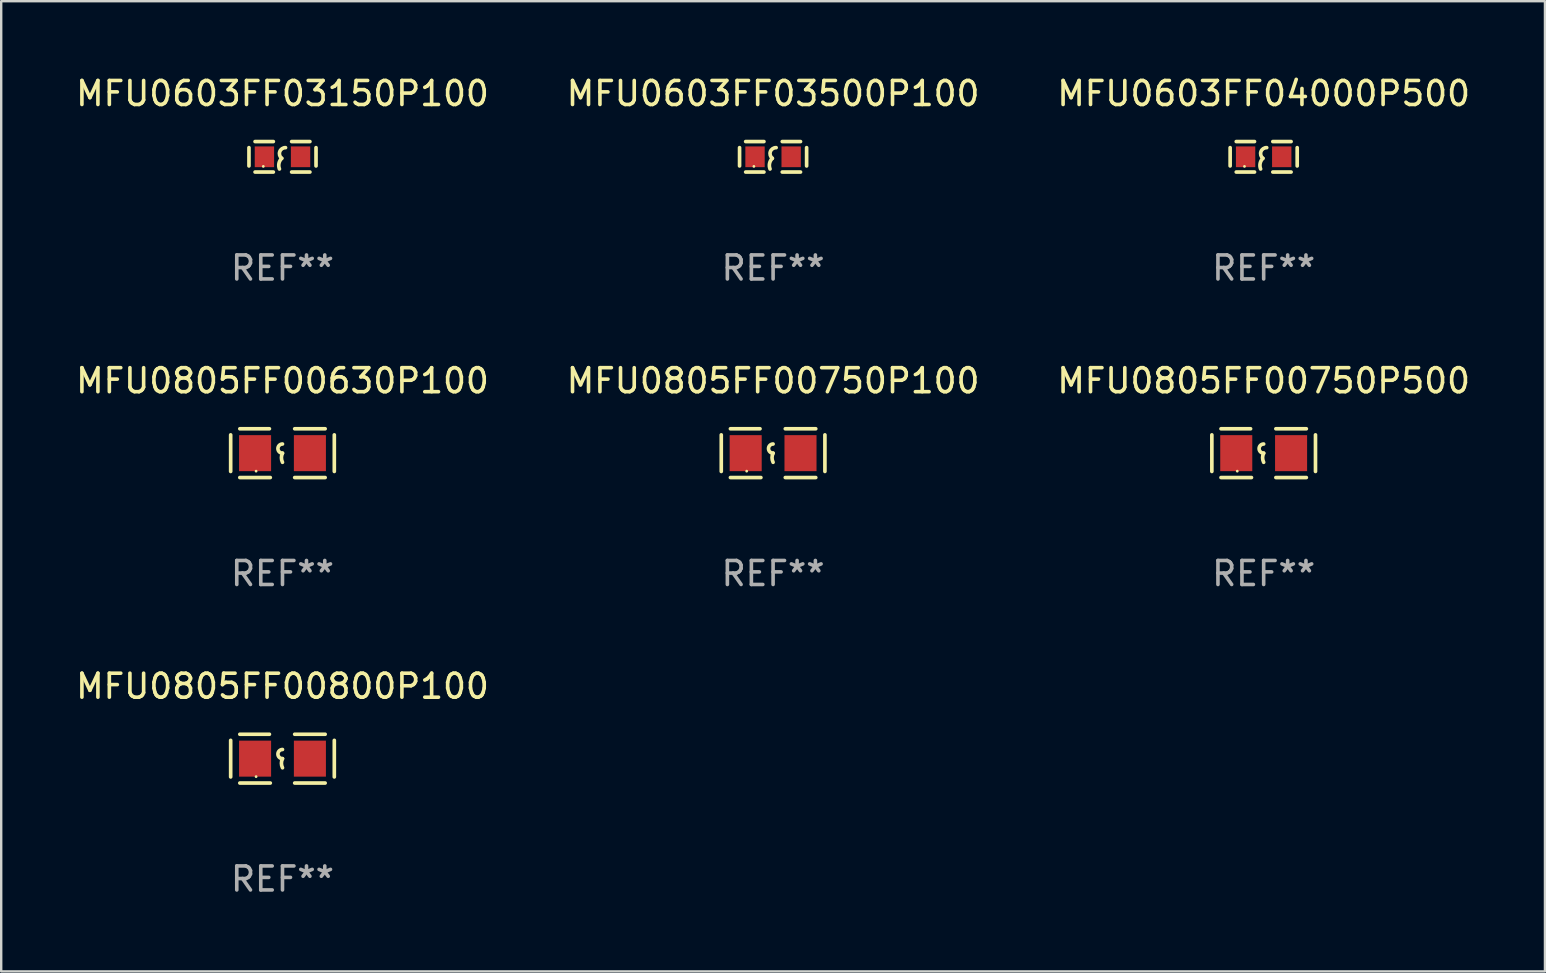
<source format=kicad_pcb>
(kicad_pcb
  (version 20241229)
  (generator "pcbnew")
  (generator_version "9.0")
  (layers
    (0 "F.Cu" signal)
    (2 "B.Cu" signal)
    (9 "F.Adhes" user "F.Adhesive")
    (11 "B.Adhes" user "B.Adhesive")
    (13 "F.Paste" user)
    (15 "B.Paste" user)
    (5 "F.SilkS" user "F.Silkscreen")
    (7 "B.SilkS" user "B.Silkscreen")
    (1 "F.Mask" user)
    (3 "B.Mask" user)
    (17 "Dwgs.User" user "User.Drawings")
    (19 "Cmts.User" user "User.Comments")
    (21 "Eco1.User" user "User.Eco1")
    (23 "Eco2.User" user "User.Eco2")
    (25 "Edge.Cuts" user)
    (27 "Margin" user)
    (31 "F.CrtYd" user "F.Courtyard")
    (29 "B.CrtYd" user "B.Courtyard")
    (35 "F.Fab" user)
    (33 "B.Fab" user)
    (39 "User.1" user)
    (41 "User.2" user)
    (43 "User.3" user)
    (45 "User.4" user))
  (footprint "MFU0603FF04000P500"
    (layer "F.Cu")
    (at 49.601 3.483)
    (property "Reference" "MFU0603FF04000P500" (at 0 -2.635 0) (layer "F.SilkS") (effects (font (size 1 1) (thickness 0.15))))
    (attr through_hole)
    (fp_line (start -1.397 -0.381) (end -1.397 0.381) (stroke (width 0.152) (type solid)) (layer "F.SilkS"))
    (fp_line (start -0.381 -0.635) (end -1.143 -0.635) (stroke (width 0.152) (type solid)) (layer "F.SilkS"))
    (fp_line (start -0.381 0.635) (end -1.143 0.635) (stroke (width 0.152) (type solid)) (layer "F.SilkS"))
    (fp_line (start 0.381 -0.635) (end 1.143 -0.635) (stroke (width 0.152) (type solid)) (layer "F.SilkS"))
    (fp_line (start 0.381 0.635) (end 1.143 0.635) (stroke (width 0.152) (type solid)) (layer "F.SilkS"))
    (fp_line (start 1.397 -0.381) (end 1.397 0.381) (stroke (width 0.152) (type solid)) (layer "F.SilkS"))
    (fp_arc (start -0.127 0.508001) (mid -0.146523 0.271131) (end -0.030861 0.0635) (stroke (width 0.151994) (type solid)) (layer "F.SilkS"))
    (fp_arc (start -0.03175 0.0635) (mid -0.113571 -0.216321) (end 0.127001 -0.381002) (stroke (width 0.151994) (type solid)) (layer "F.SilkS"))
    (fp_circle (center -0.8 0.4) (end -0.77 0.4) (stroke (width 0.06) (type solid)) (fill no) (layer "F.SilkS"))
    (fp_text user "REF**" (at 0 4.635 0) (layer "F.Fab") (effects (font (size 1 1) (thickness 0.15))))
    (pad "1" smd rect (at -0.753 0) (size 0.806 0.864) (layers "F.Cu" "F.Mask" "F.Paste"))
    (pad "2" smd rect (at 0.753 0) (size 0.806 0.864) (layers "F.Cu" "F.Mask" "F.Paste")))
  (footprint "MFU0805FF00750P100"
    (layer "F.Cu")
    (at 29.161 15.831)
    (property "Reference" "MFU0805FF00750P100" (at 0 -3.016 0) (layer "F.SilkS") (effects (font (size 1 1) (thickness 0.15))))
    (attr through_hole)
    (fp_line (start -2.159 -0.762) (end -2.159 0.762) (stroke (width 0.152) (type solid)) (layer "F.SilkS"))
    (fp_line (start -1.778 -1.016) (end -0.545 -1.016) (stroke (width 0.152) (type solid)) (layer "F.SilkS"))
    (fp_line (start -0.508 1.016) (end -1.778 1.016) (stroke (width 0.152) (type solid)) (layer "F.SilkS"))
    (fp_line (start 0.508 1.016) (end 1.778 1.016) (stroke (width 0.152) (type solid)) (layer "F.SilkS"))
    (fp_line (start 1.778 -1.016) (end 0.508 -1.016) (stroke (width 0.152) (type solid)) (layer "F.SilkS"))
    (fp_line (start 2.159 -0.762) (end 2.159 0.762) (stroke (width 0.152) (type solid)) (layer "F.SilkS"))
    (fp_arc (start 0 0) (mid -0.1905 -0.1905) (end 0 -0.381) (stroke (width 0.151994) (type solid)) (layer "F.SilkS"))
    (fp_arc (start 0 0.381001) (mid -0.044971 0.1905) (end 0 0) (stroke (width 0.151994) (type solid)) (layer "F.SilkS"))
    (fp_circle (center -1.1 0.75) (end -1.07 0.75) (stroke (width 0.06) (type solid)) (fill no) (layer "F.SilkS"))
    (fp_text user "REF**" (at 0 5.016 0) (layer "F.Fab") (effects (font (size 1 1) (thickness 0.15))))
    (pad "1" smd rect (at -1.142 0) (size 1.335 1.5) (layers "F.Cu" "F.Mask" "F.Paste"))
    (pad "2" smd rect (at 1.142 0) (size 1.335 1.5) (layers "F.Cu" "F.Mask" "F.Paste")))
  (footprint "MFU0805FF00630P100"
    (layer "F.Cu")
    (at 8.72 15.831)
    (property "Reference" "MFU0805FF00630P100" (at 0 -3.016 0) (layer "F.SilkS") (effects (font (size 1 1) (thickness 0.15))))
    (attr through_hole)
    (fp_line (start -2.159 -0.762) (end -2.159 0.762) (stroke (width 0.152) (type solid)) (layer "F.SilkS"))
    (fp_line (start -1.778 -1.016) (end -0.545 -1.016) (stroke (width 0.152) (type solid)) (layer "F.SilkS"))
    (fp_line (start -0.508 1.016) (end -1.778 1.016) (stroke (width 0.152) (type solid)) (layer "F.SilkS"))
    (fp_line (start 0.508 1.016) (end 1.778 1.016) (stroke (width 0.152) (type solid)) (layer "F.SilkS"))
    (fp_line (start 1.778 -1.016) (end 0.508 -1.016) (stroke (width 0.152) (type solid)) (layer "F.SilkS"))
    (fp_line (start 2.159 -0.762) (end 2.159 0.762) (stroke (width 0.152) (type solid)) (layer "F.SilkS"))
    (fp_arc (start 0 0) (mid -0.1905 -0.1905) (end 0 -0.381) (stroke (width 0.151994) (type solid)) (layer "F.SilkS"))
    (fp_arc (start 0 0.381001) (mid -0.044971 0.1905) (end 0 0) (stroke (width 0.151994) (type solid)) (layer "F.SilkS"))
    (fp_circle (center -1.1 0.75) (end -1.07 0.75) (stroke (width 0.06) (type solid)) (fill no) (layer "F.SilkS"))
    (fp_text user "REF**" (at 0 5.016 0) (layer "F.Fab") (effects (font (size 1 1) (thickness 0.15))))
    (pad "1" smd rect (at -1.142 0) (size 1.335 1.5) (layers "F.Cu" "F.Mask" "F.Paste"))
    (pad "2" smd rect (at 1.142 0) (size 1.335 1.5) (layers "F.Cu" "F.Mask" "F.Paste")))
  (footprint "MFU0603FF03500P100"
    (layer "F.Cu")
    (at 29.161 3.483)
    (property "Reference" "MFU0603FF03500P100" (at 0 -2.635 0) (layer "F.SilkS") (effects (font (size 1 1) (thickness 0.15))))
    (attr through_hole)
    (fp_line (start -1.397 -0.381) (end -1.397 0.381) (stroke (width 0.152) (type solid)) (layer "F.SilkS"))
    (fp_line (start -0.381 -0.635) (end -1.143 -0.635) (stroke (width 0.152) (type solid)) (layer "F.SilkS"))
    (fp_line (start -0.381 0.635) (end -1.143 0.635) (stroke (width 0.152) (type solid)) (layer "F.SilkS"))
    (fp_line (start 0.381 -0.635) (end 1.143 -0.635) (stroke (width 0.152) (type solid)) (layer "F.SilkS"))
    (fp_line (start 0.381 0.635) (end 1.143 0.635) (stroke (width 0.152) (type solid)) (layer "F.SilkS"))
    (fp_line (start 1.397 -0.381) (end 1.397 0.381) (stroke (width 0.152) (type solid)) (layer "F.SilkS"))
    (fp_arc (start -0.127 0.508001) (mid -0.146523 0.271131) (end -0.030861 0.0635) (stroke (width 0.151994) (type solid)) (layer "F.SilkS"))
    (fp_arc (start -0.03175 0.0635) (mid -0.113571 -0.216321) (end 0.127001 -0.381002) (stroke (width 0.151994) (type solid)) (layer "F.SilkS"))
    (fp_circle (center -0.8 0.4) (end -0.77 0.4) (stroke (width 0.06) (type solid)) (fill no) (layer "F.SilkS"))
    (fp_text user "REF**" (at 0 4.635 0) (layer "F.Fab") (effects (font (size 1 1) (thickness 0.15))))
    (pad "1" smd rect (at -0.753 0) (size 0.806 0.864) (layers "F.Cu" "F.Mask" "F.Paste"))
    (pad "2" smd rect (at 0.753 0) (size 0.806 0.864) (layers "F.Cu" "F.Mask" "F.Paste")))
  (footprint "MFU0603FF03150P100"
    (layer "F.Cu")
    (at 8.72 3.483)
    (property "Reference" "MFU0603FF03150P100" (at 0 -2.635 0) (layer "F.SilkS") (effects (font (size 1 1) (thickness 0.15))))
    (attr through_hole)
    (fp_line (start -1.397 -0.381) (end -1.397 0.381) (stroke (width 0.152) (type solid)) (layer "F.SilkS"))
    (fp_line (start -0.381 -0.635) (end -1.143 -0.635) (stroke (width 0.152) (type solid)) (layer "F.SilkS"))
    (fp_line (start -0.381 0.635) (end -1.143 0.635) (stroke (width 0.152) (type solid)) (layer "F.SilkS"))
    (fp_line (start 0.381 -0.635) (end 1.143 -0.635) (stroke (width 0.152) (type solid)) (layer "F.SilkS"))
    (fp_line (start 0.381 0.635) (end 1.143 0.635) (stroke (width 0.152) (type solid)) (layer "F.SilkS"))
    (fp_line (start 1.397 -0.381) (end 1.397 0.381) (stroke (width 0.152) (type solid)) (layer "F.SilkS"))
    (fp_arc (start -0.127 0.508001) (mid -0.146523 0.271131) (end -0.030861 0.0635) (stroke (width 0.151994) (type solid)) (layer "F.SilkS"))
    (fp_arc (start -0.03175 0.0635) (mid -0.113571 -0.216321) (end 0.127001 -0.381002) (stroke (width 0.151994) (type solid)) (layer "F.SilkS"))
    (fp_circle (center -0.8 0.4) (end -0.77 0.4) (stroke (width 0.06) (type solid)) (fill no) (layer "F.SilkS"))
    (fp_text user "REF**" (at 0 4.635 0) (layer "F.Fab") (effects (font (size 1 1) (thickness 0.15))))
    (pad "1" smd rect (at -0.753 0) (size 0.806 0.864) (layers "F.Cu" "F.Mask" "F.Paste"))
    (pad "2" smd rect (at 0.753 0) (size 0.806 0.864) (layers "F.Cu" "F.Mask" "F.Paste")))
  (footprint "MFU0805FF00750P500"
    (layer "F.Cu")
    (at 49.601 15.831)
    (property "Reference" "MFU0805FF00750P500" (at 0 -3.016 0) (layer "F.SilkS") (effects (font (size 1 1) (thickness 0.15))))
    (attr through_hole)
    (fp_line (start -2.159 -0.762) (end -2.159 0.762) (stroke (width 0.152) (type solid)) (layer "F.SilkS"))
    (fp_line (start -1.778 -1.016) (end -0.545 -1.016) (stroke (width 0.152) (type solid)) (layer "F.SilkS"))
    (fp_line (start -0.508 1.016) (end -1.778 1.016) (stroke (width 0.152) (type solid)) (layer "F.SilkS"))
    (fp_line (start 0.508 1.016) (end 1.778 1.016) (stroke (width 0.152) (type solid)) (layer "F.SilkS"))
    (fp_line (start 1.778 -1.016) (end 0.508 -1.016) (stroke (width 0.152) (type solid)) (layer "F.SilkS"))
    (fp_line (start 2.159 -0.762) (end 2.159 0.762) (stroke (width 0.152) (type solid)) (layer "F.SilkS"))
    (fp_arc (start 0 0) (mid -0.1905 -0.1905) (end 0 -0.381) (stroke (width 0.151994) (type solid)) (layer "F.SilkS"))
    (fp_arc (start 0 0.381001) (mid -0.044971 0.1905) (end 0 0) (stroke (width 0.151994) (type solid)) (layer "F.SilkS"))
    (fp_circle (center -1.1 0.75) (end -1.07 0.75) (stroke (width 0.06) (type solid)) (fill no) (layer "F.SilkS"))
    (fp_text user "REF**" (at 0 5.016 0) (layer "F.Fab") (effects (font (size 1 1) (thickness 0.15))))
    (pad "1" smd rect (at -1.142 0) (size 1.335 1.5) (layers "F.Cu" "F.Mask" "F.Paste"))
    (pad "2" smd rect (at 1.142 0) (size 1.335 1.5) (layers "F.Cu" "F.Mask" "F.Paste")))
  (footprint "MFU0805FF00800P100"
    (layer "F.Cu")
    (at 8.72 28.559)
    (property "Reference" "MFU0805FF00800P100" (at 0 -3.016 0) (layer "F.SilkS") (effects (font (size 1 1) (thickness 0.15))))
    (attr through_hole)
    (fp_line (start -2.159 -0.762) (end -2.159 0.762) (stroke (width 0.152) (type solid)) (layer "F.SilkS"))
    (fp_line (start -1.778 -1.016) (end -0.545 -1.016) (stroke (width 0.152) (type solid)) (layer "F.SilkS"))
    (fp_line (start -0.508 1.016) (end -1.778 1.016) (stroke (width 0.152) (type solid)) (layer "F.SilkS"))
    (fp_line (start 0.508 1.016) (end 1.778 1.016) (stroke (width 0.152) (type solid)) (layer "F.SilkS"))
    (fp_line (start 1.778 -1.016) (end 0.508 -1.016) (stroke (width 0.152) (type solid)) (layer "F.SilkS"))
    (fp_line (start 2.159 -0.762) (end 2.159 0.762) (stroke (width 0.152) (type solid)) (layer "F.SilkS"))
    (fp_arc (start 0 0) (mid -0.1905 -0.1905) (end 0 -0.381) (stroke (width 0.151994) (type solid)) (layer "F.SilkS"))
    (fp_arc (start 0 0.381001) (mid -0.044971 0.1905) (end 0 0) (stroke (width 0.151994) (type solid)) (layer "F.SilkS"))
    (fp_circle (center -1.1 0.75) (end -1.07 0.75) (stroke (width 0.06) (type solid)) (fill no) (layer "F.SilkS"))
    (fp_text user "REF**" (at 0 5.016 0) (layer "F.Fab") (effects (font (size 1 1) (thickness 0.15))))
    (pad "1" smd rect (at -1.142 0) (size 1.335 1.5) (layers "F.Cu" "F.Mask" "F.Paste"))
    (pad "2" smd rect (at 1.142 0) (size 1.335 1.5) (layers "F.Cu" "F.Mask" "F.Paste")))
  (gr_rect
    (start -3 -3)
    (end 61.321 37.424)
    (stroke (width 0.1) (type default))
    (fill no)
    (layer "Edge.Cuts")))
</source>
